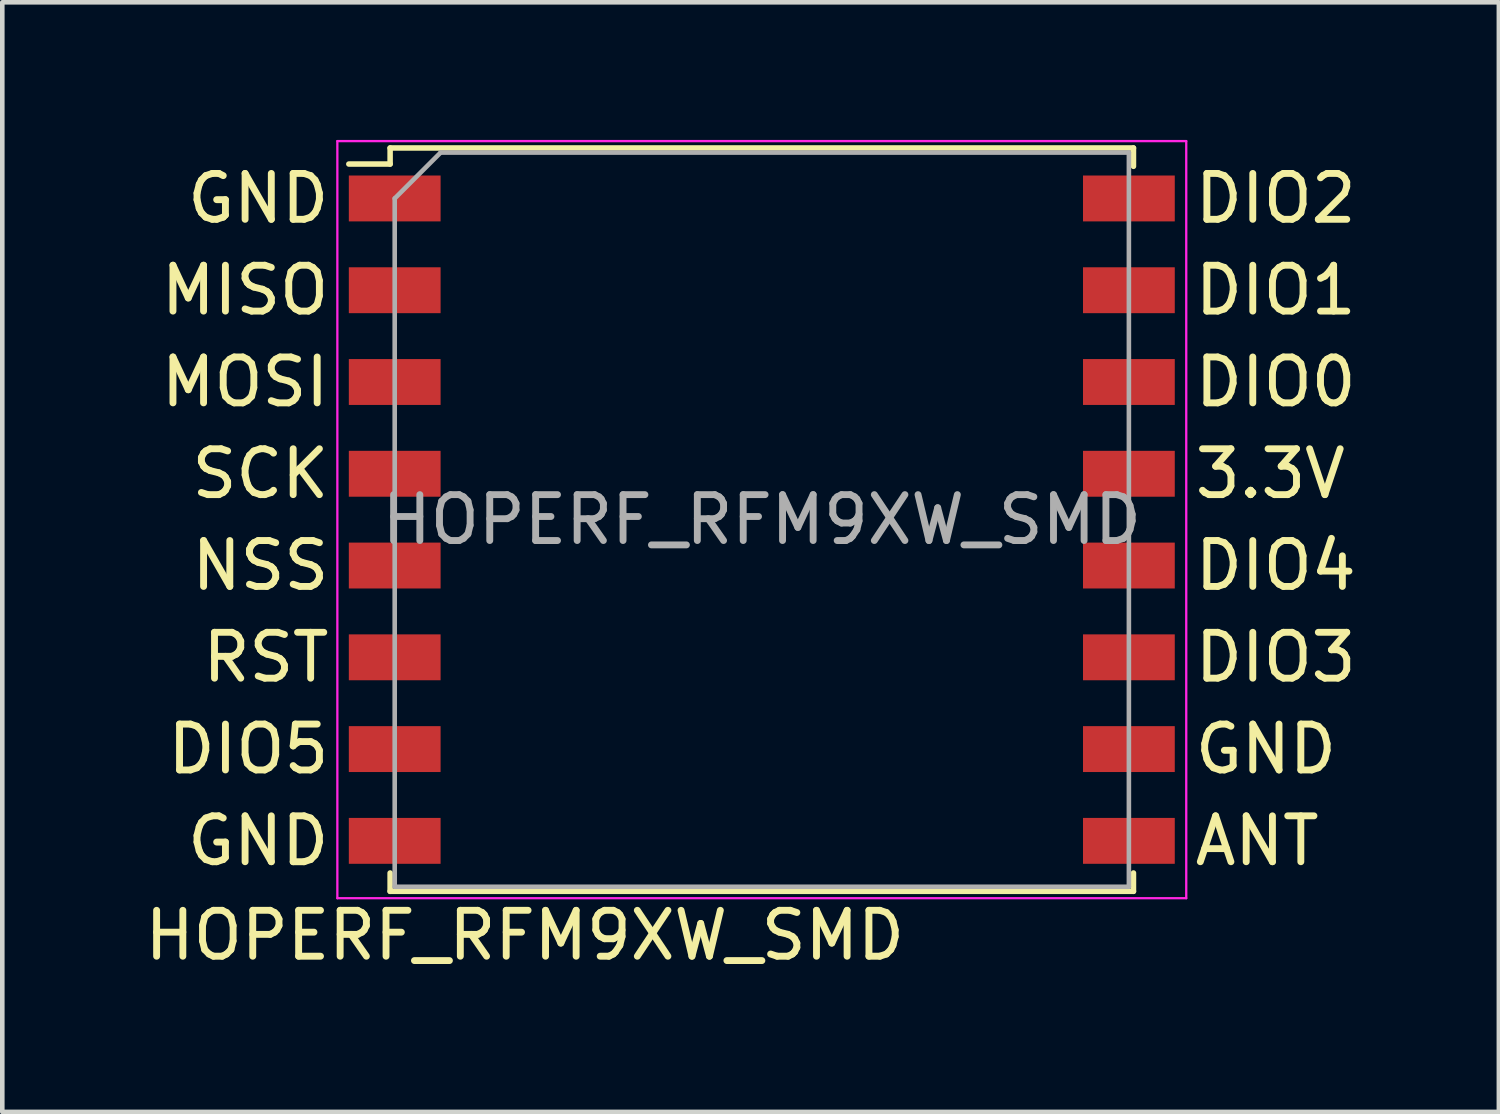
<source format=kicad_pcb>
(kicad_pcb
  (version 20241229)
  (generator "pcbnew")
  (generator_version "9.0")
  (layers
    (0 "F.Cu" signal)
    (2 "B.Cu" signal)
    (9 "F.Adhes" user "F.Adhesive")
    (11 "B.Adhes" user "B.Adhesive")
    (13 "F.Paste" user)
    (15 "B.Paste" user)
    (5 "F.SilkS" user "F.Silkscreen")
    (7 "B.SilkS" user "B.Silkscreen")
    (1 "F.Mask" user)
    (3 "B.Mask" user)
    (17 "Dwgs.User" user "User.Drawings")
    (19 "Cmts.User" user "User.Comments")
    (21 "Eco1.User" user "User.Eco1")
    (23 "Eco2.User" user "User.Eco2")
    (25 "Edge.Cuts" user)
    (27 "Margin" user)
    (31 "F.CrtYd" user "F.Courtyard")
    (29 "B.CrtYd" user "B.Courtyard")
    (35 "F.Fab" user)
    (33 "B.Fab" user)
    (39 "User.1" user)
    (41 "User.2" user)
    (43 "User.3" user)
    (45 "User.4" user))
  (footprint "HOPERF_RFM9XW_SMD"
    (layer "F.Cu")
    (at 13.552 8.275)
    (property "Reference" "HOPERF_RFM9XW_SMD" (at -5.165 9.059 180) (layer "F.SilkS") (effects (font (size 1 1) (thickness 0.15))))
    (attr smd)
    (fp_line (start -8.1 -8.1) (end -8.1 -7.75) (stroke (width 0.12) (type solid)) (layer "F.SilkS"))
    (fp_line (start -8.1 -8.1) (end 8.1 -8.1) (stroke (width 0.12) (type solid)) (layer "F.SilkS"))
    (fp_line (start -8.1 -7.75) (end -9 -7.75) (stroke (width 0.12) (type solid)) (layer "F.SilkS"))
    (fp_line (start -8.1 7.7) (end -8.1 8.1) (stroke (width 0.12) (type solid)) (layer "F.SilkS"))
    (fp_line (start -8.1 8.1) (end 8.1 8.1) (stroke (width 0.12) (type solid)) (layer "F.SilkS"))
    (fp_line (start 8.1 -8.1) (end 8.1 -7.7) (stroke (width 0.12) (type solid)) (layer "F.SilkS"))
    (fp_line (start 8.1 8.1) (end 8.1 7.7) (stroke (width 0.12) (type solid)) (layer "F.SilkS"))
    (fp_line (start -9.25 -8.25) (end 9.25 -8.25) (stroke (width 0.05) (type solid)) (layer "F.CrtYd"))
    (fp_line (start -9.25 8.25) (end -9.25 -8.25) (stroke (width 0.05) (type solid)) (layer "F.CrtYd"))
    (fp_line (start -9.25 8.25) (end 9.25 8.25) (stroke (width 0.05) (type solid)) (layer "F.CrtYd"))
    (fp_line (start 9.25 -8.25) (end 9.25 8.25) (stroke (width 0.05) (type solid)) (layer "F.CrtYd"))
    (fp_line (start -8 8) (end -8 -7) (stroke (width 0.1) (type solid)) (layer "F.Fab"))
    (fp_line (start -8 8) (end 8 8) (stroke (width 0.1) (type solid)) (layer "F.Fab"))
    (fp_line (start -7 -8) (end -8 -7) (stroke (width 0.1) (type solid)) (layer "F.Fab"))
    (fp_line (start -7 -8) (end 8 -8) (stroke (width 0.1) (type solid)) (layer "F.Fab"))
    (fp_line (start 8 8) (end 8 -8) (stroke (width 0.1) (type solid)) (layer "F.Fab"))
    (fp_text user "DIO0" (at 11.2 -3 180) (layer "F.SilkS") (effects (font (size 1 1) (thickness 0.15))))
    (fp_text user "SCK" (at -10.927 -1 180) (layer "F.SilkS") (effects (font (size 1 1) (thickness 0.15))))
    (fp_text user "ANT" (at 10.795 7 180) (layer "F.SilkS") (effects (font (size 1 1) (thickness 0.15))))
    (fp_text user "RST" (at -10.808 3 180) (layer "F.SilkS") (effects (font (size 1 1) (thickness 0.15))))
    (fp_text user "DIO2" (at 11.2 -7 180) (layer "F.SilkS") (effects (font (size 1 1) (thickness 0.15))))
    (fp_text user "GND" (at 10.986 5 180) (layer "F.SilkS") (effects (font (size 1 1) (thickness 0.15))))
    (fp_text user "MISO" (at -11.261 -5 180) (layer "F.SilkS") (effects (font (size 1 1) (thickness 0.15))))
    (fp_text user "DIO1" (at 11.2 -5 180) (layer "F.SilkS") (effects (font (size 1 1) (thickness 0.15))))
    (fp_text user "GND" (at -10.975 -7 180) (layer "F.SilkS") (effects (font (size 1 1) (thickness 0.15))))
    (fp_text user "DIO4" (at 11.2 1 180) (layer "F.SilkS") (effects (font (size 1 1) (thickness 0.15))))
    (fp_text user "DIO3" (at 11.2 3 180) (layer "F.SilkS") (effects (font (size 1 1) (thickness 0.15))))
    (fp_text user "NSS" (at -10.927 1 180) (layer "F.SilkS") (effects (font (size 1 1) (thickness 0.15))))
    (fp_text user "3.3V" (at 11.081 -1 180) (layer "F.SilkS") (effects (font (size 1 1) (thickness 0.15))))
    (fp_text user "MOSI" (at -11.261 -3 180) (layer "F.SilkS") (effects (font (size 1 1) (thickness 0.15))))
    (fp_text user "GND" (at -10.975 7 180) (layer "F.SilkS") (effects (font (size 1 1) (thickness 0.15))))
    (fp_text user "DIO5" (at -11.189 5 180) (layer "F.SilkS") (effects (font (size 1 1) (thickness 0.15))))
    (fp_text user "${REFERENCE}" (at 0 0 180) (layer "F.Fab") (effects (font (size 1 1) (thickness 0.15))))
    (pad "1" smd rect (at -8 -7) (size 2 1) (layers "F.Cu" "F.Mask" "F.Paste"))
    (pad "2" smd rect (at -8 -5) (size 2 1) (layers "F.Cu" "F.Mask" "F.Paste"))
    (pad "3" smd rect (at -8 -3) (size 2 1) (layers "F.Cu" "F.Mask" "F.Paste"))
    (pad "4" smd rect (at -8 -1) (size 2 1) (layers "F.Cu" "F.Mask" "F.Paste"))
    (pad "5" smd rect (at -8 1) (size 2 1) (layers "F.Cu" "F.Mask" "F.Paste"))
    (pad "6" smd rect (at -8 3) (size 2 1) (layers "F.Cu" "F.Mask" "F.Paste"))
    (pad "7" smd rect (at -8 5) (size 2 1) (layers "F.Cu" "F.Mask" "F.Paste"))
    (pad "8" smd rect (at -8 7) (size 2 1) (layers "F.Cu" "F.Mask" "F.Paste"))
    (pad "9" smd rect (at 8 7) (size 2 1) (layers "F.Cu" "F.Mask" "F.Paste"))
    (pad "10" smd rect (at 8 5) (size 2 1) (layers "F.Cu" "F.Mask" "F.Paste"))
    (pad "11" smd rect (at 8 3) (size 2 1) (layers "F.Cu" "F.Mask" "F.Paste"))
    (pad "12" smd rect (at 8 1) (size 2 1) (layers "F.Cu" "F.Mask" "F.Paste"))
    (pad "13" smd rect (at 8 -1) (size 2 1) (layers "F.Cu" "F.Mask" "F.Paste"))
    (pad "14" smd rect (at 8 -3) (size 2 1) (layers "F.Cu" "F.Mask" "F.Paste"))
    (pad "15" smd rect (at 8 -5) (size 2 1) (layers "F.Cu" "F.Mask" "F.Paste"))
    (pad "16" smd rect (at 8 -7) (size 2 1) (layers "F.Cu" "F.Mask" "F.Paste")))
  (gr_rect
    (start -3 -3)
    (end 29.615 21.182)
    (stroke (width 0.1) (type default))
    (fill no)
    (layer "Edge.Cuts")))
</source>
